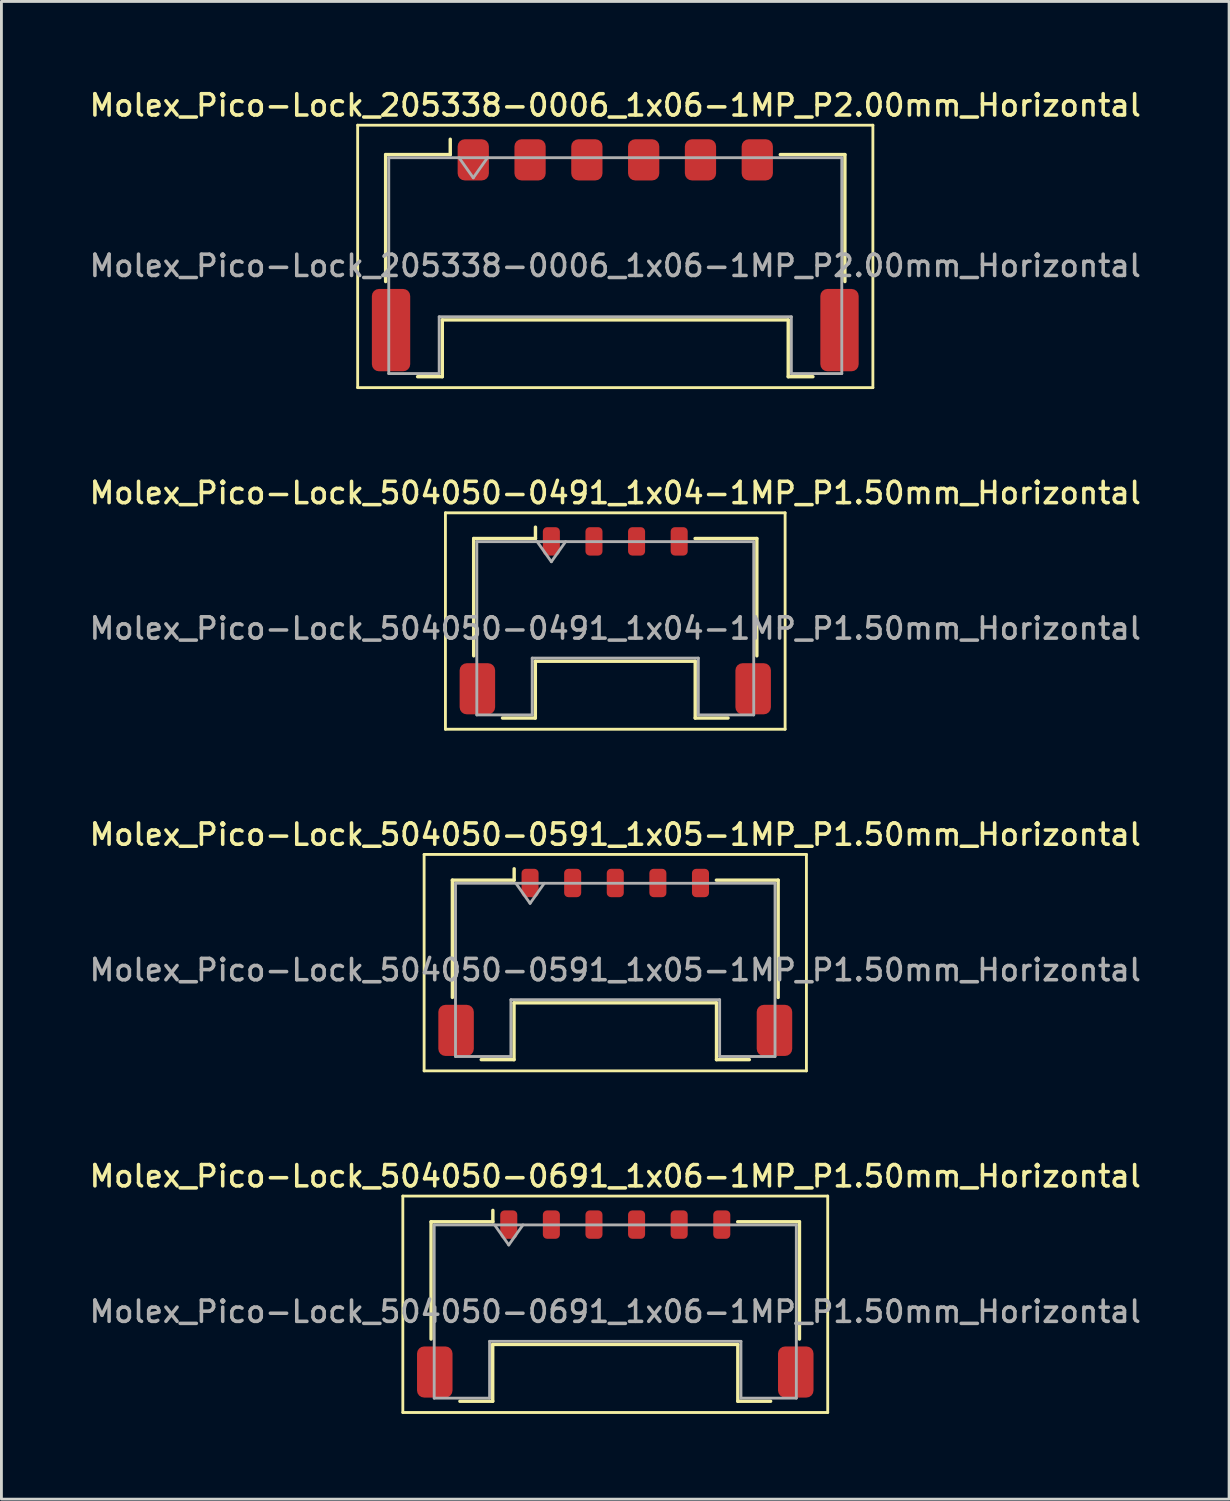
<source format=kicad_pcb>
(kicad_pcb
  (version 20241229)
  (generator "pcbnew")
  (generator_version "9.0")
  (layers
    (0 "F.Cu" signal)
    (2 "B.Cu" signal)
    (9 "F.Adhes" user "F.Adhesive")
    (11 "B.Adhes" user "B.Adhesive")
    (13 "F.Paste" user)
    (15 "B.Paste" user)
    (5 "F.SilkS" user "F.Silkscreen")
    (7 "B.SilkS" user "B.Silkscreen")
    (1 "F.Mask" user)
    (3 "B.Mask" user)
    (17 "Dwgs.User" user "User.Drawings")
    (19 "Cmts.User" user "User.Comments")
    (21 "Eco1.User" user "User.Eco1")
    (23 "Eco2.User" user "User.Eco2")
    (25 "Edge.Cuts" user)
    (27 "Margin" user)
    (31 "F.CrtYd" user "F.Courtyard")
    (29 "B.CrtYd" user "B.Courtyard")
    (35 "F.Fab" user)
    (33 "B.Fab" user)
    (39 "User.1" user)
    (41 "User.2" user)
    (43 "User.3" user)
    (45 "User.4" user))
  (footprint "Molex_Pico-Lock_205338-0006_1x06-1MP_P2.00mm_Horizontal"
    (layer "F.Cu")
    (at 18.613 5.938)
    (property "Reference" "Molex_Pico-Lock_205338-0006_1x06-1MP_P2.00mm_Horizontal" (at 0 -5.28 0) (layer "F.SilkS") (effects (font (size 0.75 0.75) (thickness 0.125))))
    (attr smd)
    (fp_line (start -9.07 -4.58) (end -9.07 4.66) (stroke (width 0.1) (type solid)) (layer "F.SilkS"))
    (fp_line (start -9.07 4.66) (end 9.07 4.66) (stroke (width 0.1) (type solid)) (layer "F.SilkS"))
    (fp_line (start -8.085 -3.545) (end -5.81 -3.545) (stroke (width 0.12) (type solid)) (layer "F.SilkS"))
    (fp_line (start -8.085 0.925) (end -8.085 -3.545) (stroke (width 0.12) (type solid)) (layer "F.SilkS"))
    (fp_line (start -6.96 4.275) (end -6.09 4.275) (stroke (width 0.12) (type solid)) (layer "F.SilkS"))
    (fp_line (start -6.09 2.275) (end 6.09 2.275) (stroke (width 0.12) (type solid)) (layer "F.SilkS"))
    (fp_line (start -6.09 4.275) (end -6.09 2.275) (stroke (width 0.12) (type solid)) (layer "F.SilkS"))
    (fp_line (start -5.81 -3.545) (end -5.81 -4.085) (stroke (width 0.12) (type solid)) (layer "F.SilkS"))
    (fp_line (start 6.09 2.275) (end 6.09 4.275) (stroke (width 0.12) (type solid)) (layer "F.SilkS"))
    (fp_line (start 6.09 4.275) (end 6.96 4.275) (stroke (width 0.12) (type solid)) (layer "F.SilkS"))
    (fp_line (start 8.085 -3.545) (end 5.81 -3.545) (stroke (width 0.12) (type solid)) (layer "F.SilkS"))
    (fp_line (start 8.085 0.925) (end 8.085 -3.545) (stroke (width 0.12) (type solid)) (layer "F.SilkS"))
    (fp_line (start 9.07 -4.58) (end -9.07 -4.58) (stroke (width 0.1) (type solid)) (layer "F.SilkS"))
    (fp_line (start 9.07 4.66) (end 9.07 -4.58) (stroke (width 0.1) (type solid)) (layer "F.SilkS"))
    (fp_line (start -7.975 -3.435) (end -7.975 4.165) (stroke (width 0.1) (type solid)) (layer "F.Fab"))
    (fp_line (start -7.975 -3.435) (end 7.975 -3.435) (stroke (width 0.1) (type solid)) (layer "F.Fab"))
    (fp_line (start -7.975 4.165) (end -6.2 4.165) (stroke (width 0.1) (type solid)) (layer "F.Fab"))
    (fp_line (start -6.2 2.165) (end 6.2 2.165) (stroke (width 0.1) (type solid)) (layer "F.Fab"))
    (fp_line (start -6.2 4.165) (end -6.2 2.165) (stroke (width 0.1) (type solid)) (layer "F.Fab"))
    (fp_line (start -5.5 -3.435) (end -5 -2.728) (stroke (width 0.1) (type solid)) (layer "F.Fab"))
    (fp_line (start -5 -2.728) (end -4.5 -3.435) (stroke (width 0.1) (type solid)) (layer "F.Fab"))
    (fp_line (start 6.2 2.165) (end 6.2 4.165) (stroke (width 0.1) (type solid)) (layer "F.Fab"))
    (fp_line (start 6.2 4.165) (end 7.975 4.165) (stroke (width 0.1) (type solid)) (layer "F.Fab"))
    (fp_line (start 7.975 -3.435) (end 7.975 4.165) (stroke (width 0.1) (type solid)) (layer "F.Fab"))
    (fp_text user "${REFERENCE}" (at 0 0.37 0) (layer "F.Fab") (effects (font (size 0.75 0.75) (thickness 0.125))))
    (pad "1" smd roundrect (at -5 -3.36) (size 1.1 1.45) (layers "F.Cu" "F.Mask" "F.Paste") (roundrect_rratio 0.227))
    (pad "2" smd roundrect (at -3 -3.36) (size 1.1 1.45) (layers "F.Cu" "F.Mask" "F.Paste") (roundrect_rratio 0.227))
    (pad "3" smd roundrect (at -1 -3.36) (size 1.1 1.45) (layers "F.Cu" "F.Mask" "F.Paste") (roundrect_rratio 0.227))
    (pad "4" smd roundrect (at 1 -3.36) (size 1.1 1.45) (layers "F.Cu" "F.Mask" "F.Paste") (roundrect_rratio 0.227))
    (pad "5" smd roundrect (at 3 -3.36) (size 1.1 1.45) (layers "F.Cu" "F.Mask" "F.Paste") (roundrect_rratio 0.227))
    (pad "6" smd roundrect (at 5 -3.36) (size 1.1 1.45) (layers "F.Cu" "F.Mask" "F.Paste") (roundrect_rratio 0.227))
    (pad "MP" smd roundrect (at -7.895 2.635) (size 1.35 2.9) (layers "F.Cu" "F.Mask" "F.Paste") (roundrect_rratio 0.185))
    (pad "MP" smd roundrect (at 7.895 2.635) (size 1.35 2.9) (layers "F.Cu" "F.Mask" "F.Paste") (roundrect_rratio 0.185)))
  (footprint "Molex_Pico-Lock_504050-0491_1x04-1MP_P1.50mm_Horizontal"
    (layer "F.Cu")
    (at 18.613 18.806)
    (property "Reference" "Molex_Pico-Lock_504050-0491_1x04-1MP_P1.50mm_Horizontal" (at 0 -4.5 0) (layer "F.SilkS") (effects (font (size 0.75 0.75) (thickness 0.125))))
    (attr smd)
    (fp_line (start -5.98 -3.8) (end -5.98 3.82) (stroke (width 0.1) (type solid)) (layer "F.SilkS"))
    (fp_line (start -5.98 3.82) (end 5.98 3.82) (stroke (width 0.1) (type solid)) (layer "F.SilkS"))
    (fp_line (start -4.985 -2.895) (end -2.81 -2.895) (stroke (width 0.12) (type solid)) (layer "F.SilkS"))
    (fp_line (start -4.985 1.235) (end -4.985 -2.895) (stroke (width 0.12) (type solid)) (layer "F.SilkS"))
    (fp_line (start -3.97 3.425) (end -2.815 3.425) (stroke (width 0.12) (type solid)) (layer "F.SilkS"))
    (fp_line (start -2.815 1.425) (end 2.815 1.425) (stroke (width 0.12) (type solid)) (layer "F.SilkS"))
    (fp_line (start -2.815 3.425) (end -2.815 1.425) (stroke (width 0.12) (type solid)) (layer "F.SilkS"))
    (fp_line (start -2.81 -2.895) (end -2.81 -3.295) (stroke (width 0.12) (type solid)) (layer "F.SilkS"))
    (fp_line (start 2.815 1.425) (end 2.815 3.425) (stroke (width 0.12) (type solid)) (layer "F.SilkS"))
    (fp_line (start 2.815 3.425) (end 3.97 3.425) (stroke (width 0.12) (type solid)) (layer "F.SilkS"))
    (fp_line (start 4.985 -2.895) (end 2.81 -2.895) (stroke (width 0.12) (type solid)) (layer "F.SilkS"))
    (fp_line (start 4.985 1.235) (end 4.985 -2.895) (stroke (width 0.12) (type solid)) (layer "F.SilkS"))
    (fp_line (start 5.98 -3.8) (end -5.98 -3.8) (stroke (width 0.1) (type solid)) (layer "F.SilkS"))
    (fp_line (start 5.98 3.82) (end 5.98 -3.8) (stroke (width 0.1) (type solid)) (layer "F.SilkS"))
    (fp_line (start -4.875 -2.785) (end -4.875 3.315) (stroke (width 0.1) (type solid)) (layer "F.Fab"))
    (fp_line (start -4.875 -2.785) (end 4.875 -2.785) (stroke (width 0.1) (type solid)) (layer "F.Fab"))
    (fp_line (start -4.875 3.315) (end -2.925 3.315) (stroke (width 0.1) (type solid)) (layer "F.Fab"))
    (fp_line (start -2.925 1.315) (end 2.925 1.315) (stroke (width 0.1) (type solid)) (layer "F.Fab"))
    (fp_line (start -2.925 3.315) (end -2.925 1.315) (stroke (width 0.1) (type solid)) (layer "F.Fab"))
    (fp_line (start -2.75 -2.785) (end -2.25 -2.078) (stroke (width 0.1) (type solid)) (layer "F.Fab"))
    (fp_line (start -2.25 -2.078) (end -1.75 -2.785) (stroke (width 0.1) (type solid)) (layer "F.Fab"))
    (fp_line (start 2.925 1.315) (end 2.925 3.315) (stroke (width 0.1) (type solid)) (layer "F.Fab"))
    (fp_line (start 2.925 3.315) (end 4.875 3.315) (stroke (width 0.1) (type solid)) (layer "F.Fab"))
    (fp_line (start 4.875 -2.785) (end 4.875 3.315) (stroke (width 0.1) (type solid)) (layer "F.Fab"))
    (fp_text user "${REFERENCE}" (at 0 0.27 0) (layer "F.Fab") (effects (font (size 0.75 0.75) (thickness 0.125))))
    (pad "1" smd roundrect (at -2.25 -2.795) (size 0.6 1) (layers "F.Cu" "F.Mask" "F.Paste") (roundrect_rratio 0.25))
    (pad "2" smd roundrect (at -0.75 -2.795) (size 0.6 1) (layers "F.Cu" "F.Mask" "F.Paste") (roundrect_rratio 0.25))
    (pad "3" smd roundrect (at 0.75 -2.795) (size 0.6 1) (layers "F.Cu" "F.Mask" "F.Paste") (roundrect_rratio 0.25))
    (pad "4" smd roundrect (at 2.25 -2.795) (size 0.6 1) (layers "F.Cu" "F.Mask" "F.Paste") (roundrect_rratio 0.25))
    (pad "MP" smd roundrect (at -4.855 2.395) (size 1.25 1.8) (layers "F.Cu" "F.Mask" "F.Paste") (roundrect_rratio 0.2))
    (pad "MP" smd roundrect (at 4.855 2.395) (size 1.25 1.8) (layers "F.Cu" "F.Mask" "F.Paste") (roundrect_rratio 0.2)))
  (footprint "Molex_Pico-Lock_504050-0691_1x06-1MP_P1.50mm_Horizontal"
    (layer "F.Cu")
    (at 18.613 42.862)
    (property "Reference" "Molex_Pico-Lock_504050-0691_1x06-1MP_P1.50mm_Horizontal" (at 0 -4.5 0) (layer "F.SilkS") (effects (font (size 0.75 0.75) (thickness 0.125))))
    (attr smd)
    (fp_line (start -7.48 -3.8) (end -7.48 3.82) (stroke (width 0.1) (type solid)) (layer "F.SilkS"))
    (fp_line (start -7.48 3.82) (end 7.48 3.82) (stroke (width 0.1) (type solid)) (layer "F.SilkS"))
    (fp_line (start -6.485 -2.895) (end -4.31 -2.895) (stroke (width 0.12) (type solid)) (layer "F.SilkS"))
    (fp_line (start -6.485 1.235) (end -6.485 -2.895) (stroke (width 0.12) (type solid)) (layer "F.SilkS"))
    (fp_line (start -5.47 3.425) (end -4.315 3.425) (stroke (width 0.12) (type solid)) (layer "F.SilkS"))
    (fp_line (start -4.315 1.425) (end 4.315 1.425) (stroke (width 0.12) (type solid)) (layer "F.SilkS"))
    (fp_line (start -4.315 3.425) (end -4.315 1.425) (stroke (width 0.12) (type solid)) (layer "F.SilkS"))
    (fp_line (start -4.31 -2.895) (end -4.31 -3.295) (stroke (width 0.12) (type solid)) (layer "F.SilkS"))
    (fp_line (start 4.315 1.425) (end 4.315 3.425) (stroke (width 0.12) (type solid)) (layer "F.SilkS"))
    (fp_line (start 4.315 3.425) (end 5.47 3.425) (stroke (width 0.12) (type solid)) (layer "F.SilkS"))
    (fp_line (start 6.485 -2.895) (end 4.31 -2.895) (stroke (width 0.12) (type solid)) (layer "F.SilkS"))
    (fp_line (start 6.485 1.235) (end 6.485 -2.895) (stroke (width 0.12) (type solid)) (layer "F.SilkS"))
    (fp_line (start 7.48 -3.8) (end -7.48 -3.8) (stroke (width 0.1) (type solid)) (layer "F.SilkS"))
    (fp_line (start 7.48 3.82) (end 7.48 -3.8) (stroke (width 0.1) (type solid)) (layer "F.SilkS"))
    (fp_line (start -6.375 -2.785) (end -6.375 3.315) (stroke (width 0.1) (type solid)) (layer "F.Fab"))
    (fp_line (start -6.375 -2.785) (end 6.375 -2.785) (stroke (width 0.1) (type solid)) (layer "F.Fab"))
    (fp_line (start -6.375 3.315) (end -4.425 3.315) (stroke (width 0.1) (type solid)) (layer "F.Fab"))
    (fp_line (start -4.425 1.315) (end 4.425 1.315) (stroke (width 0.1) (type solid)) (layer "F.Fab"))
    (fp_line (start -4.425 3.315) (end -4.425 1.315) (stroke (width 0.1) (type solid)) (layer "F.Fab"))
    (fp_line (start -4.25 -2.785) (end -3.75 -2.078) (stroke (width 0.1) (type solid)) (layer "F.Fab"))
    (fp_line (start -3.75 -2.078) (end -3.25 -2.785) (stroke (width 0.1) (type solid)) (layer "F.Fab"))
    (fp_line (start 4.425 1.315) (end 4.425 3.315) (stroke (width 0.1) (type solid)) (layer "F.Fab"))
    (fp_line (start 4.425 3.315) (end 6.375 3.315) (stroke (width 0.1) (type solid)) (layer "F.Fab"))
    (fp_line (start 6.375 -2.785) (end 6.375 3.315) (stroke (width 0.1) (type solid)) (layer "F.Fab"))
    (fp_text user "${REFERENCE}" (at 0 0.27 0) (layer "F.Fab") (effects (font (size 0.75 0.75) (thickness 0.125))))
    (pad "1" smd roundrect (at -3.75 -2.795) (size 0.6 1) (layers "F.Cu" "F.Mask" "F.Paste") (roundrect_rratio 0.25))
    (pad "2" smd roundrect (at -2.25 -2.795) (size 0.6 1) (layers "F.Cu" "F.Mask" "F.Paste") (roundrect_rratio 0.25))
    (pad "3" smd roundrect (at -0.75 -2.795) (size 0.6 1) (layers "F.Cu" "F.Mask" "F.Paste") (roundrect_rratio 0.25))
    (pad "4" smd roundrect (at 0.75 -2.795) (size 0.6 1) (layers "F.Cu" "F.Mask" "F.Paste") (roundrect_rratio 0.25))
    (pad "5" smd roundrect (at 2.25 -2.795) (size 0.6 1) (layers "F.Cu" "F.Mask" "F.Paste") (roundrect_rratio 0.25))
    (pad "6" smd roundrect (at 3.75 -2.795) (size 0.6 1) (layers "F.Cu" "F.Mask" "F.Paste") (roundrect_rratio 0.25))
    (pad "MP" smd roundrect (at -6.355 2.395) (size 1.25 1.8) (layers "F.Cu" "F.Mask" "F.Paste") (roundrect_rratio 0.2))
    (pad "MP" smd roundrect (at 6.355 2.395) (size 1.25 1.8) (layers "F.Cu" "F.Mask" "F.Paste") (roundrect_rratio 0.2)))
  (footprint "Molex_Pico-Lock_504050-0591_1x05-1MP_P1.50mm_Horizontal"
    (layer "F.Cu")
    (at 18.613 30.834)
    (property "Reference" "Molex_Pico-Lock_504050-0591_1x05-1MP_P1.50mm_Horizontal" (at 0 -4.5 0) (layer "F.SilkS") (effects (font (size 0.75 0.75) (thickness 0.125))))
    (attr smd)
    (fp_line (start -6.73 -3.8) (end -6.73 3.82) (stroke (width 0.1) (type solid)) (layer "F.SilkS"))
    (fp_line (start -6.73 3.82) (end 6.73 3.82) (stroke (width 0.1) (type solid)) (layer "F.SilkS"))
    (fp_line (start -5.735 -2.895) (end -3.56 -2.895) (stroke (width 0.12) (type solid)) (layer "F.SilkS"))
    (fp_line (start -5.735 1.235) (end -5.735 -2.895) (stroke (width 0.12) (type solid)) (layer "F.SilkS"))
    (fp_line (start -4.72 3.425) (end -3.565 3.425) (stroke (width 0.12) (type solid)) (layer "F.SilkS"))
    (fp_line (start -3.565 1.425) (end 3.565 1.425) (stroke (width 0.12) (type solid)) (layer "F.SilkS"))
    (fp_line (start -3.565 3.425) (end -3.565 1.425) (stroke (width 0.12) (type solid)) (layer "F.SilkS"))
    (fp_line (start -3.56 -2.895) (end -3.56 -3.295) (stroke (width 0.12) (type solid)) (layer "F.SilkS"))
    (fp_line (start 3.565 1.425) (end 3.565 3.425) (stroke (width 0.12) (type solid)) (layer "F.SilkS"))
    (fp_line (start 3.565 3.425) (end 4.72 3.425) (stroke (width 0.12) (type solid)) (layer "F.SilkS"))
    (fp_line (start 5.735 -2.895) (end 3.56 -2.895) (stroke (width 0.12) (type solid)) (layer "F.SilkS"))
    (fp_line (start 5.735 1.235) (end 5.735 -2.895) (stroke (width 0.12) (type solid)) (layer "F.SilkS"))
    (fp_line (start 6.73 -3.8) (end -6.73 -3.8) (stroke (width 0.1) (type solid)) (layer "F.SilkS"))
    (fp_line (start 6.73 3.82) (end 6.73 -3.8) (stroke (width 0.1) (type solid)) (layer "F.SilkS"))
    (fp_line (start -5.625 -2.785) (end -5.625 3.315) (stroke (width 0.1) (type solid)) (layer "F.Fab"))
    (fp_line (start -5.625 -2.785) (end 5.625 -2.785) (stroke (width 0.1) (type solid)) (layer "F.Fab"))
    (fp_line (start -5.625 3.315) (end -3.675 3.315) (stroke (width 0.1) (type solid)) (layer "F.Fab"))
    (fp_line (start -3.675 1.315) (end 3.675 1.315) (stroke (width 0.1) (type solid)) (layer "F.Fab"))
    (fp_line (start -3.675 3.315) (end -3.675 1.315) (stroke (width 0.1) (type solid)) (layer "F.Fab"))
    (fp_line (start -3.5 -2.785) (end -3 -2.078) (stroke (width 0.1) (type solid)) (layer "F.Fab"))
    (fp_line (start -3 -2.078) (end -2.5 -2.785) (stroke (width 0.1) (type solid)) (layer "F.Fab"))
    (fp_line (start 3.675 1.315) (end 3.675 3.315) (stroke (width 0.1) (type solid)) (layer "F.Fab"))
    (fp_line (start 3.675 3.315) (end 5.625 3.315) (stroke (width 0.1) (type solid)) (layer "F.Fab"))
    (fp_line (start 5.625 -2.785) (end 5.625 3.315) (stroke (width 0.1) (type solid)) (layer "F.Fab"))
    (fp_text user "${REFERENCE}" (at 0 0.27 0) (layer "F.Fab") (effects (font (size 0.75 0.75) (thickness 0.125))))
    (pad "1" smd roundrect (at -3 -2.795) (size 0.6 1) (layers "F.Cu" "F.Mask" "F.Paste") (roundrect_rratio 0.25))
    (pad "2" smd roundrect (at -1.5 -2.795) (size 0.6 1) (layers "F.Cu" "F.Mask" "F.Paste") (roundrect_rratio 0.25))
    (pad "3" smd roundrect (at 0 -2.795) (size 0.6 1) (layers "F.Cu" "F.Mask" "F.Paste") (roundrect_rratio 0.25))
    (pad "4" smd roundrect (at 1.5 -2.795) (size 0.6 1) (layers "F.Cu" "F.Mask" "F.Paste") (roundrect_rratio 0.25))
    (pad "5" smd roundrect (at 3 -2.795) (size 0.6 1) (layers "F.Cu" "F.Mask" "F.Paste") (roundrect_rratio 0.25))
    (pad "MP" smd roundrect (at -5.605 2.395) (size 1.25 1.8) (layers "F.Cu" "F.Mask" "F.Paste") (roundrect_rratio 0.2))
    (pad "MP" smd roundrect (at 5.605 2.395) (size 1.25 1.8) (layers "F.Cu" "F.Mask" "F.Paste") (roundrect_rratio 0.2)))
  (gr_rect
    (start -3 -3)
    (end 40.225 49.733)
    (stroke (width 0.1) (type default))
    (fill no)
    (layer "Edge.Cuts")))
</source>
